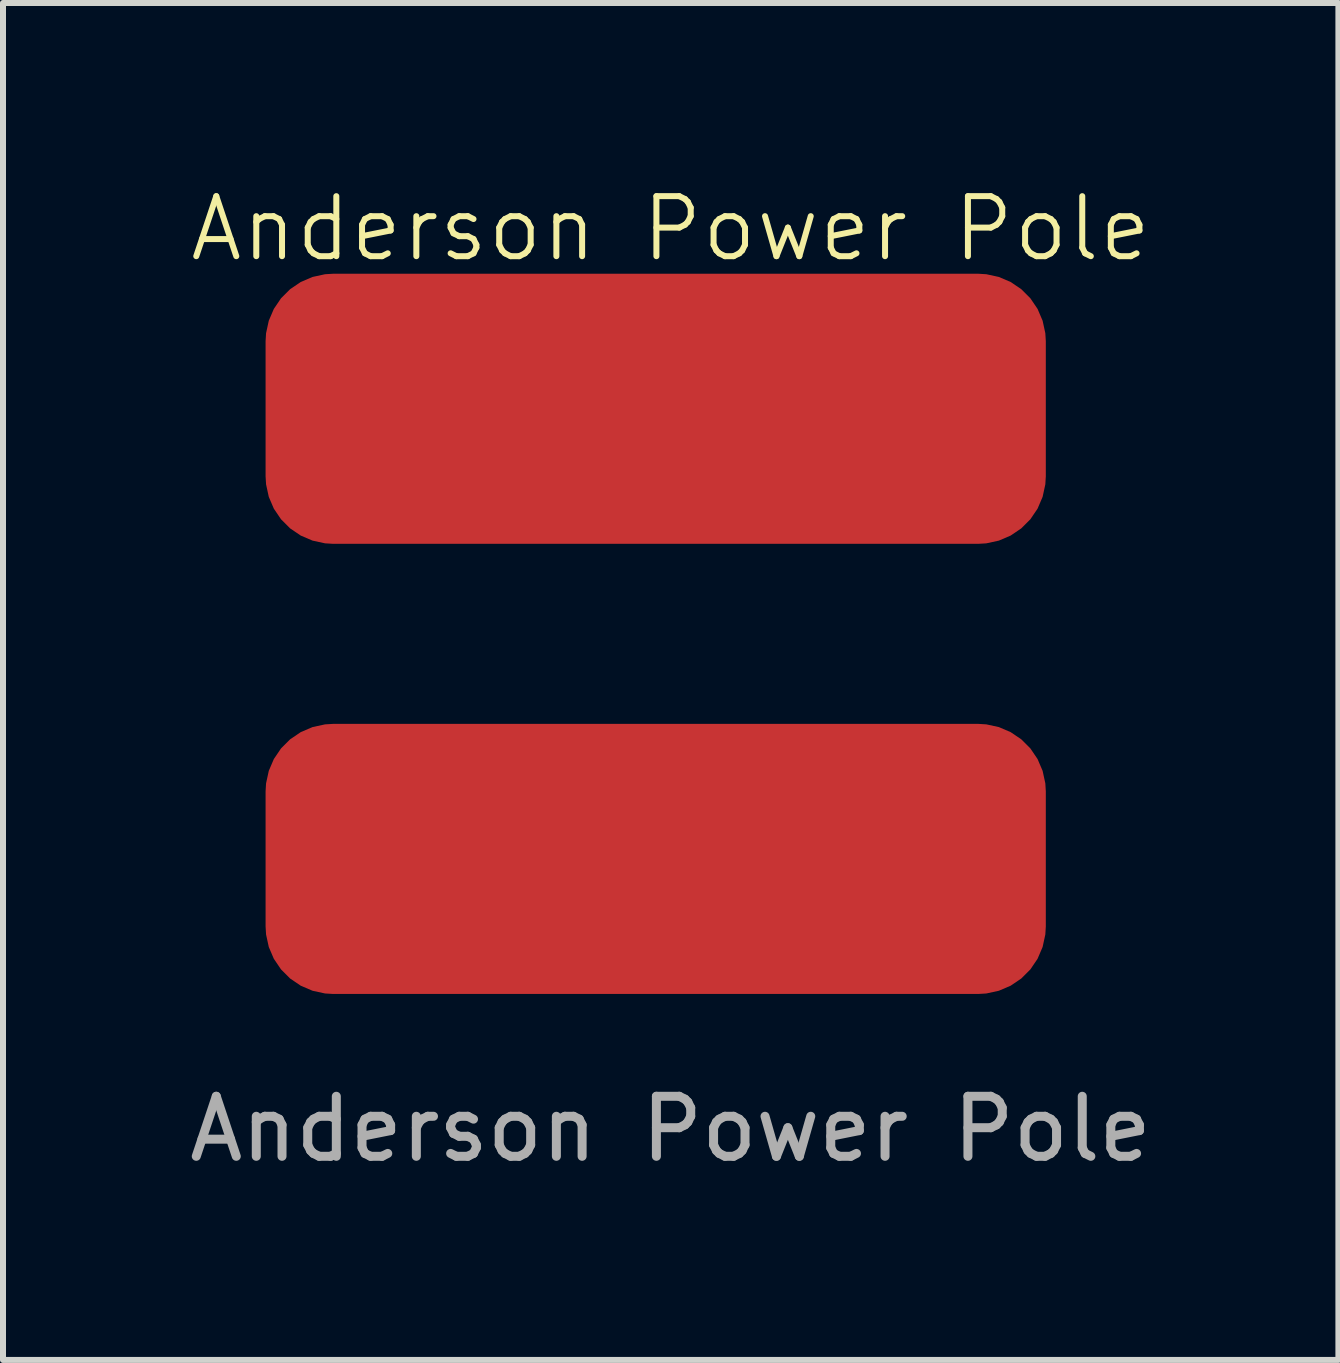
<source format=kicad_pcb>
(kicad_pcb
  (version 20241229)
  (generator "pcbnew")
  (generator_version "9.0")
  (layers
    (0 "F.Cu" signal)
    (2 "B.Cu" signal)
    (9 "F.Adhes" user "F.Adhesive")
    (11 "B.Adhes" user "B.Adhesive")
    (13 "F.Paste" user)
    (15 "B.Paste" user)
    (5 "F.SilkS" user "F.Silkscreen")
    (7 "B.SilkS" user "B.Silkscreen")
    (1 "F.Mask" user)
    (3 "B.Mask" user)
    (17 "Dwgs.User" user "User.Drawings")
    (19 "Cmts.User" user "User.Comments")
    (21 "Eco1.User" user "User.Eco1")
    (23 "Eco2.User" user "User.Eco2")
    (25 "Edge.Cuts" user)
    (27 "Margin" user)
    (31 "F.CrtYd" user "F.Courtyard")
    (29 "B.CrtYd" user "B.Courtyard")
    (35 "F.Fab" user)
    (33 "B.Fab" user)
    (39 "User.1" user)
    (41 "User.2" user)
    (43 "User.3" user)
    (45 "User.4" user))
  (footprint "Anderson Power Pole"
    (layer "F.Cu")
    (at 7.875 7.511)
    (property "Reference" "Anderson Power Pole" (at 0.25 -6.75 0) (unlocked yes) (layer "F.SilkS") (effects (font (size 1 1) (thickness 0.1))))
    (attr smd)
    (fp_text user "${REFERENCE}" (at 0.25 8.25 0) (unlocked yes) (layer "F.Fab") (effects (font (size 1 1) (thickness 0.15))))
    (pad "1" smd roundrect (at 0 -3.75) (size 13 4.5) (layers "F.Cu" "F.Mask" "F.Paste") (roundrect_rratio 0.25))
    (pad "2" smd roundrect (at 0 3.75) (size 13 4.5) (layers "F.Cu" "F.Mask" "F.Paste") (roundrect_rratio 0.25)))
  (gr_rect
    (start -3 -3)
    (end 19.25 19.609)
    (stroke (width 0.1) (type default))
    (fill no)
    (layer "Edge.Cuts")))
</source>
